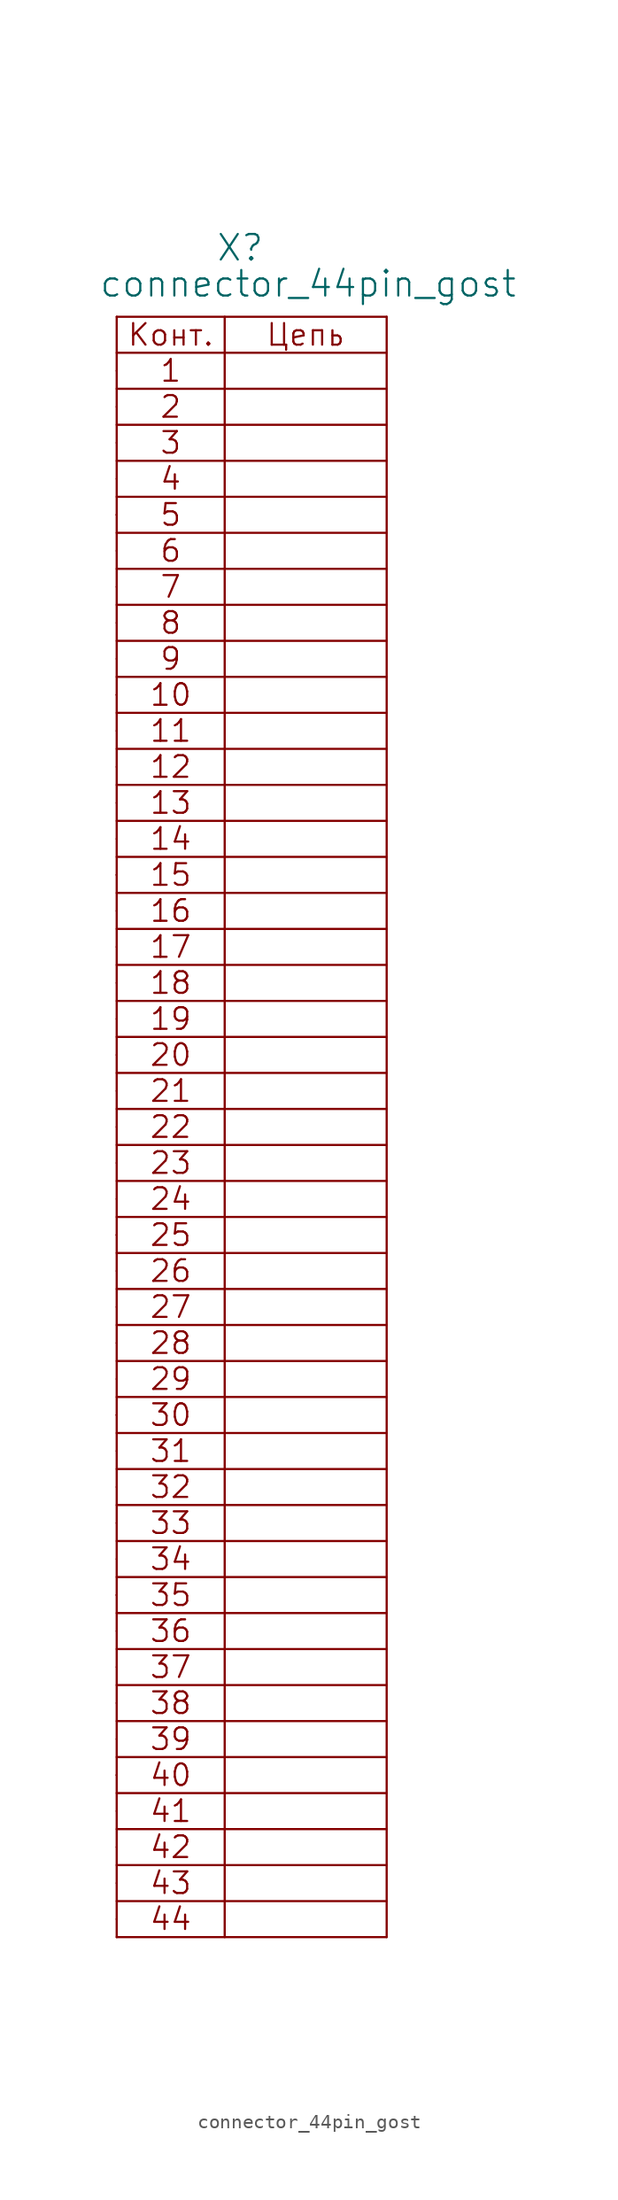
<source format=kicad_sym>
(kicad_symbol_lib
  (version 20211014)
  (generator kicad_symbol_editor)
  (symbol "connector_44pin_gost"
    (pin_numbers hide)
    (pin_names
      (offset 1.016) hide)
    (property "Reference" "X"
      (at 6.985 7.62 0)
      (effects (font (size 1.803 1.803)) (justify left bottom)))
    (property "Value" "connector_44pin_gost"
      (at -1.27 5.08 0)
      (effects (font (size 1.803 1.803)) (justify left bottom)))
    (property "Datasheet" ""
      (at 0 0 0)
      (effects (font (size 1.524 1.524))))
    (symbol "connector_44pin_gost_0_0"
      (polyline (pts (xy 0 -110.49) (xy 0 3.81)) (stroke (width 0) (type default) (color 0 0 0 0)) (fill (type none)))
      (polyline (pts (xy 0 -110.49) (xy 19.05 -110.49)) (stroke (width 0) (type default) (color 0 0 0 0)) (fill (type none)))
      (polyline (pts (xy 0 -107.95) (xy 19.05 -107.95)) (stroke (width 0) (type default) (color 0 0 0 0)) (fill (type none)))
      (polyline (pts (xy 0 -105.41) (xy 19.05 -105.41)) (stroke (width 0) (type default) (color 0 0 0 0)) (fill (type none)))
      (polyline (pts (xy 0 -102.87) (xy 19.05 -102.87)) (stroke (width 0) (type default) (color 0 0 0 0)) (fill (type none)))
      (polyline (pts (xy 0 -100.33) (xy 19.05 -100.33)) (stroke (width 0) (type default) (color 0 0 0 0)) (fill (type none)))
      (polyline (pts (xy 0 -99.06) (xy 0 -99.06)) (stroke (width 0) (type default) (color 0 0 0 0)) (fill (type none)))
      (polyline (pts (xy 0 -97.79) (xy 19.05 -97.79)) (stroke (width 0) (type default) (color 0 0 0 0)) (fill (type none)))
      (polyline (pts (xy 0 -95.25) (xy 19.05 -95.25)) (stroke (width 0) (type default) (color 0 0 0 0)) (fill (type none)))
      (polyline (pts (xy 0 -92.71) (xy 19.05 -92.71)) (stroke (width 0) (type default) (color 0 0 0 0)) (fill (type none)))
      (polyline (pts (xy 0 -87.63) (xy 19.05 -87.63)) (stroke (width 0) (type default) (color 0 0 0 0)) (fill (type none)))
      (polyline (pts (xy 0 -86.36) (xy 0 -86.36)) (stroke (width 0) (type default) (color 0 0 0 0)) (fill (type none)))
      (polyline (pts (xy 0 -85.09) (xy 19.05 -85.09)) (stroke (width 0) (type default) (color 0 0 0 0)) (fill (type none)))
      (polyline (pts (xy 0 -82.55) (xy 19.05 -82.55)) (stroke (width 0) (type default) (color 0 0 0 0)) (fill (type none)))
      (polyline (pts (xy 0 -80.01) (xy 19.05 -80.01)) (stroke (width 0) (type default) (color 0 0 0 0)) (fill (type none)))
      (polyline (pts (xy 0 -74.93) (xy 19.05 -74.93)) (stroke (width 0) (type default) (color 0 0 0 0)) (fill (type none)))
      (polyline (pts (xy 0 -73.66) (xy 0 -73.66)) (stroke (width 0) (type default) (color 0 0 0 0)) (fill (type none)))
      (polyline (pts (xy 0 -72.39) (xy 19.05 -72.39)) (stroke (width 0) (type default) (color 0 0 0 0)) (fill (type none)))
      (polyline (pts (xy 0 -69.85) (xy 19.05 -69.85)) (stroke (width 0) (type default) (color 0 0 0 0)) (fill (type none)))
      (polyline (pts (xy 0 -67.31) (xy 19.05 -67.31)) (stroke (width 0) (type default) (color 0 0 0 0)) (fill (type none)))
      (polyline (pts (xy 0 -62.23) (xy 19.05 -62.23)) (stroke (width 0) (type default) (color 0 0 0 0)) (fill (type none)))
      (polyline (pts (xy 0 -60.96) (xy 0 -60.96)) (stroke (width 0) (type default) (color 0 0 0 0)) (fill (type none)))
      (polyline (pts (xy 0 -59.69) (xy 19.05 -59.69)) (stroke (width 0) (type default) (color 0 0 0 0)) (fill (type none)))
      (polyline (pts (xy 0 -57.15) (xy 19.05 -57.15)) (stroke (width 0) (type default) (color 0 0 0 0)) (fill (type none)))
      (polyline (pts (xy 0 -54.61) (xy 19.05 -54.61)) (stroke (width 0) (type default) (color 0 0 0 0)) (fill (type none)))
      (polyline (pts (xy 0 -49.53) (xy 19.05 -49.53)) (stroke (width 0) (type default) (color 0 0 0 0)) (fill (type none)))
      (polyline (pts (xy 0 -46.99) (xy 19.05 -46.99)) (stroke (width 0) (type default) (color 0 0 0 0)) (fill (type none)))
      (polyline (pts (xy 0 -44.45) (xy 19.05 -44.45)) (stroke (width 0) (type default) (color 0 0 0 0)) (fill (type none)))
      (polyline (pts (xy 0 -41.91) (xy 19.05 -41.91)) (stroke (width 0) (type default) (color 0 0 0 0)) (fill (type none)))
      (polyline (pts (xy 0 -36.83) (xy 19.05 -36.83)) (stroke (width 0) (type default) (color 0 0 0 0)) (fill (type none)))
      (polyline (pts (xy 0 -35.56) (xy 0 -35.56)) (stroke (width 0) (type default) (color 0 0 0 0)) (fill (type none)))
      (polyline (pts (xy 0 -34.29) (xy 19.05 -34.29)) (stroke (width 0) (type default) (color 0 0 0 0)) (fill (type none)))
      (polyline (pts (xy 0 -31.75) (xy 19.05 -31.75)) (stroke (width 0) (type default) (color 0 0 0 0)) (fill (type none)))
      (polyline (pts (xy 0 -29.21) (xy 19.05 -29.21)) (stroke (width 0) (type default) (color 0 0 0 0)) (fill (type none)))
      (polyline (pts (xy 0 -24.13) (xy 19.05 -24.13)) (stroke (width 0) (type default) (color 0 0 0 0)) (fill (type none)))
      (polyline (pts (xy 0 -22.86) (xy 0 -22.86)) (stroke (width 0) (type default) (color 0 0 0 0)) (fill (type none)))
      (polyline (pts (xy 0 -21.59) (xy 19.05 -21.59)) (stroke (width 0) (type default) (color 0 0 0 0)) (fill (type none)))
      (polyline (pts (xy 0 -19.05) (xy 19.05 -19.05)) (stroke (width 0) (type default) (color 0 0 0 0)) (fill (type none)))
      (polyline (pts (xy 0 -16.51) (xy 19.05 -16.51)) (stroke (width 0) (type default) (color 0 0 0 0)) (fill (type none)))
      (polyline (pts (xy 0 -11.43) (xy 19.05 -11.43)) (stroke (width 0) (type default) (color 0 0 0 0)) (fill (type none)))
      (polyline (pts (xy 0 -10.16) (xy 0 -10.16)) (stroke (width 0) (type default) (color 0 0 0 0)) (fill (type none)))
      (polyline (pts (xy 0 -8.89) (xy 19.05 -8.89)) (stroke (width 0) (type default) (color 0 0 0 0)) (fill (type none)))
      (polyline (pts (xy 0 -6.35) (xy 19.05 -6.35)) (stroke (width 0) (type default) (color 0 0 0 0)) (fill (type none)))
      (polyline (pts (xy 0 -3.81) (xy 19.05 -3.81)) (stroke (width 0) (type default) (color 0 0 0 0)) (fill (type none)))
      (polyline (pts (xy 0 1.27) (xy 19.05 1.27)) (stroke (width 0) (type default) (color 0 0 0 0)) (fill (type none)))
      (polyline (pts (xy 7.62 3.81) (xy 7.62 -110.49)) (stroke (width 0) (type default) (color 0 0 0 0)) (fill (type none)))
      (polyline (pts (xy 19.05 -90.17) (xy 0 -90.17)) (stroke (width 0) (type default) (color 0 0 0 0)) (fill (type none)))
      (polyline (pts (xy 19.05 -77.47) (xy 0 -77.47)) (stroke (width 0) (type default) (color 0 0 0 0)) (fill (type none)))
      (polyline (pts (xy 19.05 -64.77) (xy 0 -64.77)) (stroke (width 0) (type default) (color 0 0 0 0)) (fill (type none)))
      (polyline (pts (xy 19.05 -52.07) (xy 0 -52.07)) (stroke (width 0) (type default) (color 0 0 0 0)) (fill (type none)))
      (polyline (pts (xy 19.05 -39.37) (xy 0 -39.37)) (stroke (width 0) (type default) (color 0 0 0 0)) (fill (type none)))
      (polyline (pts (xy 19.05 -26.67) (xy 0 -26.67)) (stroke (width 0) (type default) (color 0 0 0 0)) (fill (type none)))
      (polyline (pts (xy 19.05 -13.97) (xy 0 -13.97)) (stroke (width 0) (type default) (color 0 0 0 0)) (fill (type none)))
      (polyline (pts (xy 19.05 -1.27) (xy 0 -1.27)) (stroke (width 0) (type default) (color 0 0 0 0)) (fill (type none)))
      (text "1" (at 3.81 0 0) (effects (font (size 1.524 1.524))))
      (text "10" (at 3.81 -22.86 0) (effects (font (size 1.524 1.524))))
      (text "11" (at 3.81 -25.4 0) (effects (font (size 1.524 1.524))))
      (text "12" (at 3.81 -27.94 0) (effects (font (size 1.524 1.524))))
      (text "13" (at 3.81 -30.48 0) (effects (font (size 1.524 1.524))))
      (text "14" (at 3.81 -33.02 0) (effects (font (size 1.524 1.524))))
      (text "15" (at 3.81 -35.56 0) (effects (font (size 1.524 1.524))))
      (text "16" (at 3.81 -38.1 0) (effects (font (size 1.524 1.524))))
      (text "17" (at 3.81 -40.64 0) (effects (font (size 1.524 1.524))))
      (text "18" (at 3.81 -43.18 0) (effects (font (size 1.524 1.524))))
      (text "19" (at 3.81 -45.72 0) (effects (font (size 1.524 1.524))))
      (text "2" (at 3.81 -2.54 0) (effects (font (size 1.524 1.524))))
      (text "20" (at 3.81 -48.26 0) (effects (font (size 1.524 1.524))))
      (text "21" (at 3.81 -50.8 0) (effects (font (size 1.524 1.524))))
      (text "22" (at 3.81 -53.34 0) (effects (font (size 1.524 1.524))))
      (text "23" (at 3.81 -55.88 0) (effects (font (size 1.524 1.524))))
      (text "24" (at 3.81 -58.42 0) (effects (font (size 1.524 1.524))))
      (text "25" (at 3.81 -60.96 0) (effects (font (size 1.524 1.524))))
      (text "26" (at 3.81 -63.5 0) (effects (font (size 1.524 1.524))))
      (text "27" (at 3.81 -66.04 0) (effects (font (size 1.524 1.524))))
      (text "28" (at 3.81 -68.58 0) (effects (font (size 1.524 1.524))))
      (text "29" (at 3.81 -71.12 0) (effects (font (size 1.524 1.524))))
      (text "3" (at 3.81 -5.08 0) (effects (font (size 1.524 1.524))))
      (text "30" (at 3.81 -73.66 0) (effects (font (size 1.524 1.524))))
      (text "31" (at 3.81 -76.2 0) (effects (font (size 1.524 1.524))))
      (text "32" (at 3.81 -78.74 0) (effects (font (size 1.524 1.524))))
      (text "33" (at 3.81 -81.28 0) (effects (font (size 1.524 1.524))))
      (text "34" (at 3.81 -83.82 0) (effects (font (size 1.524 1.524))))
      (text "35" (at 3.81 -86.36 0) (effects (font (size 1.524 1.524))))
      (text "36" (at 3.81 -88.9 0) (effects (font (size 1.524 1.524))))
      (text "37" (at 3.81 -91.44 0) (effects (font (size 1.524 1.524))))
      (text "38" (at 3.81 -93.98 0) (effects (font (size 1.524 1.524))))
      (text "39" (at 3.81 -96.52 0) (effects (font (size 1.524 1.524))))
      (text "4" (at 3.81 -7.62 0) (effects (font (size 1.524 1.524))))
      (text "40" (at 3.81 -99.06 0) (effects (font (size 1.524 1.524))))
      (text "41" (at 3.81 -101.6 0) (effects (font (size 1.524 1.524))))
      (text "42" (at 3.81 -104.14 0) (effects (font (size 1.524 1.524))))
      (text "43" (at 3.81 -106.68 0) (effects (font (size 1.524 1.524))))
      (text "44" (at 3.81 -109.22 0) (effects (font (size 1.524 1.524))))
      (text "5" (at 3.81 -10.16 0) (effects (font (size 1.524 1.524))))
      (text "6" (at 3.81 -12.7 0) (effects (font (size 1.524 1.524))))
      (text "7" (at 3.81 -15.24 0) (effects (font (size 1.524 1.524))))
      (text "8" (at 3.81 -17.78 0) (effects (font (size 1.524 1.524))))
      (text "9" (at 3.81 -20.32 0) (effects (font (size 1.524 1.524))))
      (text "Конт." (at 3.81 2.54 0) (effects (font (size 1.524 1.524))))
      (text "Цепь" (at 13.335 2.54 0) (effects (font (size 1.524 1.524)))))
    (symbol "connector_44pin_gost_0_1"
      (polyline (pts (xy 0 3.81) (xy 19.05 3.81)) (stroke (width 0) (type default) (color 0 0 0 0)) (fill (type none)))
      (polyline (pts (xy 19.05 3.81) (xy 19.05 -110.49)) (stroke (width 0) (type default) (color 0 0 0 0)) (fill (type none))))
    (symbol "connector_44pin_gost_1_1"
      (pin passive line (at 0 0 0) (length 0) (name "~" (effects (font (size 1.549 1.549)))) (number "1" (effects (font (size 1.549 1.549)))))
      (pin passive line (at 0 -22.86 0) (length 0) (name "~" (effects (font (size 1.549 1.549)))) (number "10" (effects (font (size 1.549 1.549)))))
      (pin passive line (at 0 -25.4 0) (length 0) (name "~" (effects (font (size 1.549 1.549)))) (number "11" (effects (font (size 1.549 1.549)))))
      (pin passive line (at 0 -27.94 0) (length 0) (name "~" (effects (font (size 1.549 1.549)))) (number "12" (effects (font (size 1.549 1.549)))))
      (pin passive line (at 0 -30.48 0) (length 0) (name "~" (effects (font (size 1.549 1.549)))) (number "13" (effects (font (size 1.549 1.549)))))
      (pin passive line (at 0 -33.02 0) (length 0) (name "~" (effects (font (size 1.549 1.549)))) (number "14" (effects (font (size 1.549 1.549)))))
      (pin passive line (at 0 -35.56 0) (length 0) (name "~" (effects (font (size 1.549 1.549)))) (number "15" (effects (font (size 1.549 1.549)))))
      (pin passive line (at 0 -38.1 0) (length 0) (name "~" (effects (font (size 1.549 1.549)))) (number "16" (effects (font (size 1.549 1.549)))))
      (pin passive line (at 0 -40.64 0) (length 0) (name "~" (effects (font (size 1.549 1.549)))) (number "17" (effects (font (size 1.549 1.549)))))
      (pin passive line (at 0 -43.18 0) (length 0) (name "~" (effects (font (size 1.549 1.549)))) (number "18" (effects (font (size 1.549 1.549)))))
      (pin passive line (at 0 -45.72 0) (length 0) (name "~" (effects (font (size 1.549 1.549)))) (number "19" (effects (font (size 1.549 1.549)))))
      (pin passive line (at 0 -2.54 0) (length 0) (name "~" (effects (font (size 1.549 1.549)))) (number "2" (effects (font (size 1.549 1.549)))))
      (pin passive line (at 0 -48.26 0) (length 0) (name "~" (effects (font (size 1.549 1.549)))) (number "20" (effects (font (size 1.549 1.549)))))
      (pin passive line (at 0 -50.8 0) (length 0) (name "~" (effects (font (size 1.549 1.549)))) (number "21" (effects (font (size 1.549 1.549)))))
      (pin passive line (at 0 -53.34 0) (length 0) (name "~" (effects (font (size 1.549 1.549)))) (number "22" (effects (font (size 1.549 1.549)))))
      (pin passive line (at 0 -55.88 0) (length 0) (name "~" (effects (font (size 1.549 1.549)))) (number "23" (effects (font (size 1.549 1.549)))))
      (pin passive line (at 0 -58.42 0) (length 0) (name "~" (effects (font (size 1.549 1.549)))) (number "24" (effects (font (size 1.549 1.549)))))
      (pin passive line (at 0 -60.96 0) (length 0) (name "~" (effects (font (size 1.549 1.549)))) (number "25" (effects (font (size 1.549 1.549)))))
      (pin passive line (at 0 -63.5 0) (length 0) (name "~" (effects (font (size 1.549 1.549)))) (number "26" (effects (font (size 1.549 1.549)))))
      (pin passive line (at 0 -66.04 0) (length 0) (name "~" (effects (font (size 1.549 1.549)))) (number "27" (effects (font (size 1.549 1.549)))))
      (pin passive line (at 0 -68.58 0) (length 0) (name "~" (effects (font (size 1.549 1.549)))) (number "28" (effects (font (size 1.549 1.549)))))
      (pin passive line (at 0 -71.12 0) (length 0) (name "~" (effects (font (size 1.549 1.549)))) (number "29" (effects (font (size 1.549 1.549)))))
      (pin passive line (at 0 -5.08 0) (length 0) (name "~" (effects (font (size 1.549 1.549)))) (number "3" (effects (font (size 1.549 1.549)))))
      (pin passive line (at 0 -73.66 0) (length 0) (name "~" (effects (font (size 1.549 1.549)))) (number "30" (effects (font (size 1.549 1.549)))))
      (pin passive line (at 0 -76.2 0) (length 0) (name "~" (effects (font (size 1.549 1.549)))) (number "31" (effects (font (size 1.549 1.549)))))
      (pin passive line (at 0 -78.74 0) (length 0) (name "~" (effects (font (size 1.549 1.549)))) (number "32" (effects (font (size 1.549 1.549)))))
      (pin passive line (at 0 -81.28 0) (length 0) (name "~" (effects (font (size 1.549 1.549)))) (number "33" (effects (font (size 1.549 1.549)))))
      (pin passive line (at 0 -83.82 0) (length 0) (name "~" (effects (font (size 1.549 1.549)))) (number "34" (effects (font (size 1.549 1.549)))))
      (pin passive line (at 0 -86.36 0) (length 0) (name "~" (effects (font (size 1.549 1.549)))) (number "35" (effects (font (size 1.549 1.549)))))
      (pin passive line (at 0 -88.9 0) (length 0) (name "~" (effects (font (size 1.549 1.549)))) (number "36" (effects (font (size 1.549 1.549)))))
      (pin passive line (at 0 -91.44 0) (length 0) (name "~" (effects (font (size 1.549 1.549)))) (number "37" (effects (font (size 1.549 1.549)))))
      (pin passive line (at 0 -93.98 0) (length 0) (name "~" (effects (font (size 1.549 1.549)))) (number "38" (effects (font (size 1.549 1.549)))))
      (pin passive line (at 0 -96.52 0) (length 0) (name "~" (effects (font (size 1.549 1.549)))) (number "39" (effects (font (size 1.549 1.549)))))
      (pin passive line (at 0 -7.62 0) (length 0) (name "~" (effects (font (size 1.549 1.549)))) (number "4" (effects (font (size 1.549 1.549)))))
      (pin passive line (at 0 -99.06 0) (length 0) (name "~" (effects (font (size 1.549 1.549)))) (number "40" (effects (font (size 1.549 1.549)))))
      (pin passive line (at 0 -101.6 0) (length 0) (name "~" (effects (font (size 1.549 1.549)))) (number "41" (effects (font (size 1.549 1.549)))))
      (pin passive line (at 0 -104.14 0) (length 0) (name "~" (effects (font (size 1.549 1.549)))) (number "42" (effects (font (size 1.549 1.549)))))
      (pin passive line (at 0 -106.68 0) (length 0) (name "~" (effects (font (size 1.549 1.549)))) (number "43" (effects (font (size 1.549 1.549)))))
      (pin passive line (at 0 -109.22 0) (length 0) (name "~" (effects (font (size 1.549 1.549)))) (number "44" (effects (font (size 1.549 1.549)))))
      (pin passive line (at 0 -10.16 0) (length 0) (name "~" (effects (font (size 1.549 1.549)))) (number "5" (effects (font (size 1.549 1.549)))))
      (pin passive line (at 0 -12.7 0) (length 0) (name "~" (effects (font (size 1.549 1.549)))) (number "6" (effects (font (size 1.549 1.549)))))
      (pin passive line (at 0 -15.24 0) (length 0) (name "~" (effects (font (size 1.549 1.549)))) (number "7" (effects (font (size 1.549 1.549)))))
      (pin passive line (at 0 -17.78 0) (length 0) (name "~" (effects (font (size 1.549 1.549)))) (number "8" (effects (font (size 1.549 1.549)))))
      (pin passive line (at 0 -20.32 0) (length 0) (name "~" (effects (font (size 1.549 1.549)))) (number "9" (effects (font (size 1.549 1.549))))))))
</source>
